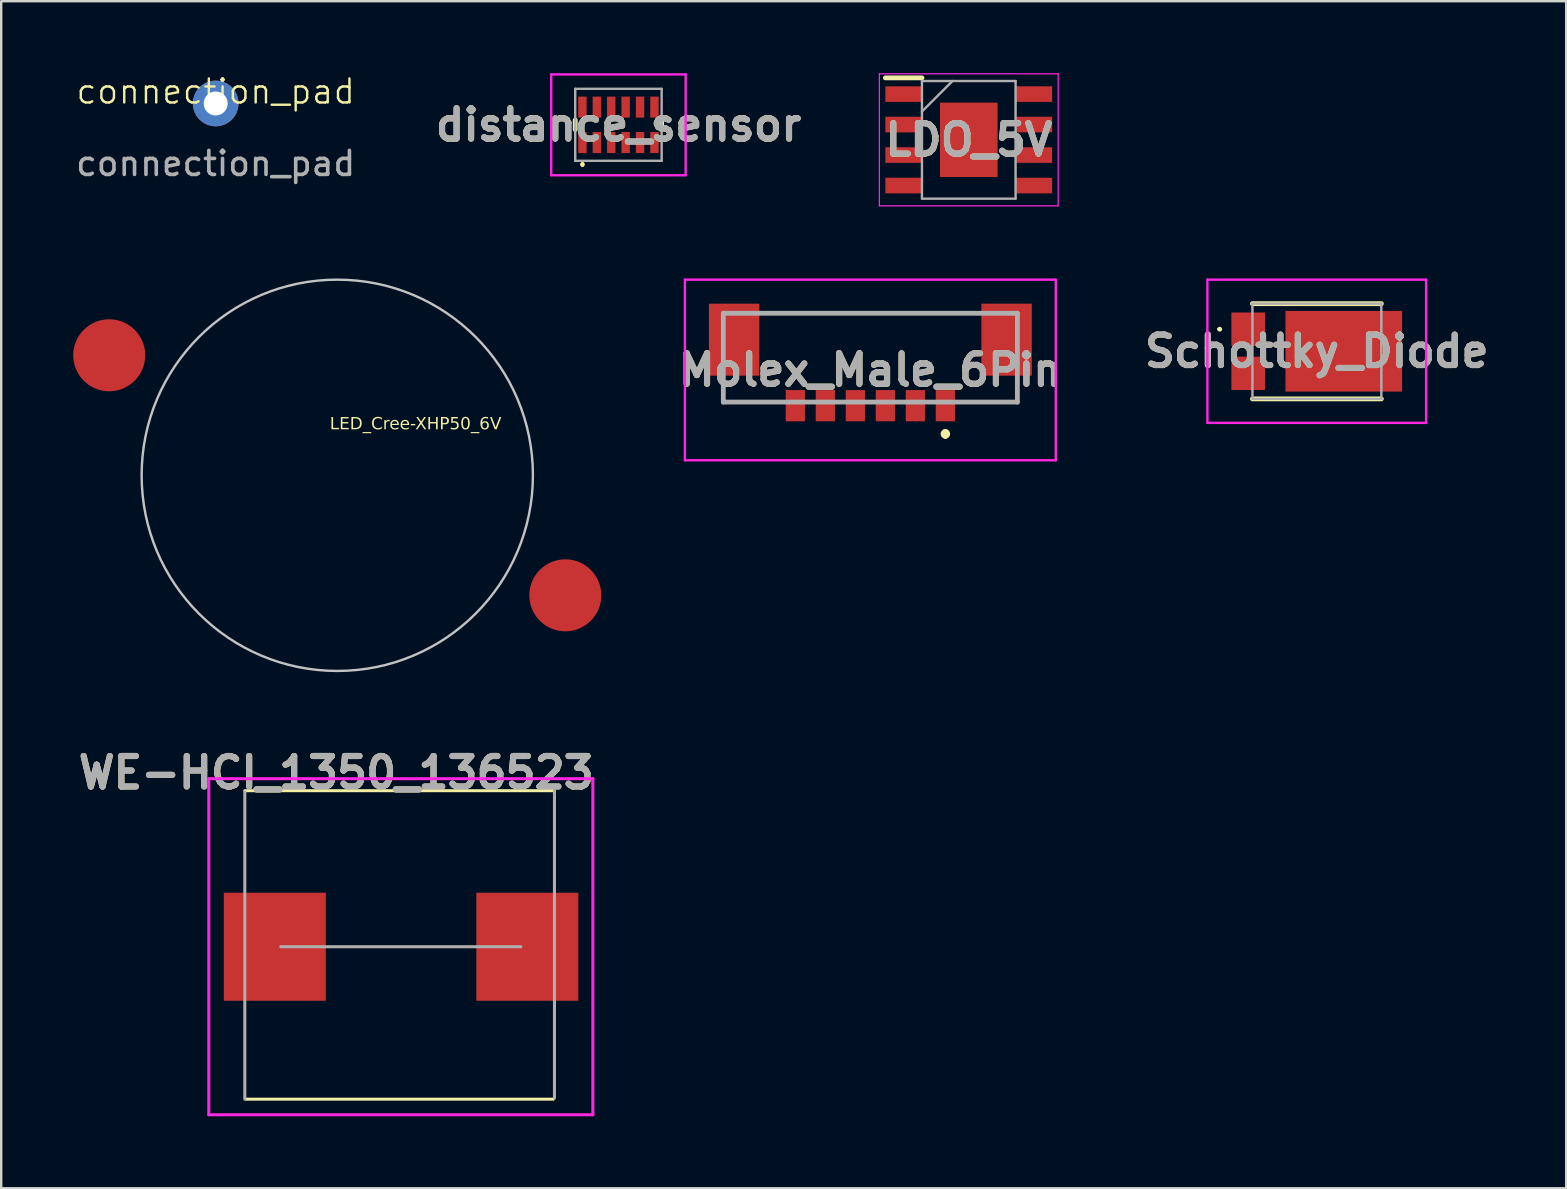
<source format=kicad_pcb>
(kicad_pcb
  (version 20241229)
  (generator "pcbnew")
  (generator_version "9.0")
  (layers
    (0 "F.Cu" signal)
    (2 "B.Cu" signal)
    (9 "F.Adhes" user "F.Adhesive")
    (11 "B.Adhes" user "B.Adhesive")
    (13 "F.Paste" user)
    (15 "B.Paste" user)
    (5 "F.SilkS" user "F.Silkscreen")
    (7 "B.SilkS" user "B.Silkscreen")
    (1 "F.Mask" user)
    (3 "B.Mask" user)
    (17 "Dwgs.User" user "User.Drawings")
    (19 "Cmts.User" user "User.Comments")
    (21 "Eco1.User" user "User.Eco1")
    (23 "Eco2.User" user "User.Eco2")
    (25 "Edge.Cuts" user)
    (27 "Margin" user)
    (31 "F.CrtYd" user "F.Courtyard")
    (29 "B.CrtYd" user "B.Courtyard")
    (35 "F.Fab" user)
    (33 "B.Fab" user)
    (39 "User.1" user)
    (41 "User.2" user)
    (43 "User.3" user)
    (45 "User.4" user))
  (footprint "LED_Cree-XHP50_6V"
    (layer "F.Cu")
    (at 11 16.75)
    (property "Reference" "LED_Cree-XHP50_6V" (at 3.263 -2.125 180) (layer "F.SilkS") (effects (font (face "Yu Gothic") (size 0.5 0.5) (thickness 0.1))))
    (attr smd)
    (fp_circle (center 0 0) (end 8.15 0) (stroke (width 0.1) (type solid)) (fill no) (layer "Dwgs.User"))
    (pad "1" smd circle (at 9.5 5 90) (size 3 3) (layers "F.Cu" "F.Mask" "F.Paste"))
    (pad "2" smd circle (at -9.5 -5 90) (size 3 3) (layers "F.Cu" "F.Mask" "F.Paste")))
  (footprint "connection_pad"
    (layer "F.Cu")
    (at 5.935 1.26)
    (property "Reference" "connection_pad" (at 0 -0.5 0) (unlocked yes) (layer "F.SilkS") (effects (font (size 1 1) (thickness 0.1))))
    (attr smd)
    (fp_text user "${REFERENCE}" (at 0 2.5 0) (unlocked yes) (layer "F.Fab") (effects (font (size 1 1) (thickness 0.15))))
    (pad "1" thru_hole circle (at 0 0) (size 1.905 1.905) (drill 1) (layers "*.Cu" "*.Mask")))
  (footprint "Molex_Male_6Pin"
    (layer "F.Cu")
    (at 33.207 11.925)
    (property "Reference" "Molex_Male_6Pin" (at 0 0.438 0) (layer "F.SilkS") (effects (font (size 1.27 1.27) (thickness 0.254))))
    (attr smd)
    (fp_line (start -4.2 -1.925) (end 3.9 -1.925) (stroke (width 0.1) (type solid)) (layer "F.SilkS"))
    (fp_line (start 3.125 3) (end 3.125 3) (stroke (width 0.2) (type solid)) (layer "F.SilkS"))
    (fp_line (start 3.125 3.2) (end 3.125 3.2) (stroke (width 0.2) (type solid)) (layer "F.SilkS"))
    (fp_line (start 3.9 -1.925) (end 4.2 -1.925) (stroke (width 0.1) (type solid)) (layer "F.SilkS"))
    (fp_arc (start 3.125 3) (mid 3.225 3.1) (end 3.125 3.2) (stroke (width 0.2) (type solid)) (layer "F.SilkS"))
    (fp_arc (start 3.125 3.2) (mid 3.025 3.1) (end 3.125 3) (stroke (width 0.2) (type solid)) (layer "F.SilkS"))
    (fp_line (start -7.725 -3.325) (end 7.725 -3.325) (stroke (width 0.1) (type solid)) (layer "F.CrtYd"))
    (fp_line (start -7.725 4.2) (end -7.725 -3.325) (stroke (width 0.1) (type solid)) (layer "F.CrtYd"))
    (fp_line (start 7.725 -3.325) (end 7.725 4.2) (stroke (width 0.1) (type solid)) (layer "F.CrtYd"))
    (fp_line (start 7.725 4.2) (end -7.725 4.2) (stroke (width 0.1) (type solid)) (layer "F.CrtYd"))
    (fp_line (start -6.125 -1.925) (end 6.125 -1.925) (stroke (width 0.2) (type solid)) (layer "F.Fab"))
    (fp_line (start -6.125 1.775) (end -6.125 -1.925) (stroke (width 0.2) (type solid)) (layer "F.Fab"))
    (fp_line (start 6.125 -1.925) (end 6.125 1.775) (stroke (width 0.2) (type solid)) (layer "F.Fab"))
    (fp_line (start 6.125 1.775) (end -6.125 1.775) (stroke (width 0.2) (type solid)) (layer "F.Fab"))
    (fp_text user "${REFERENCE}" (at 0 0.438 0) (layer "F.Fab") (effects (font (size 1.27 1.27) (thickness 0.254))))
    (pad "1" smd rect (at 3.125 1.925) (size 0.8 1.3) (layers "F.Cu" "F.Mask" "F.Paste"))
    (pad "2" smd rect (at 1.875 1.925) (size 0.8 1.3) (layers "F.Cu" "F.Mask" "F.Paste"))
    (pad "3" smd rect (at 0.625 1.925) (size 0.8 1.3) (layers "F.Cu" "F.Mask" "F.Paste"))
    (pad "4" smd rect (at -0.625 1.925) (size 0.8 1.3) (layers "F.Cu" "F.Mask" "F.Paste"))
    (pad "5" smd rect (at -1.875 1.925) (size 0.8 1.3) (layers "F.Cu" "F.Mask" "F.Paste"))
    (pad "6" smd rect (at -3.125 1.925) (size 0.8 1.3) (layers "F.Cu" "F.Mask" "F.Paste"))
    (pad "MP1" smd rect (at -5.675 -0.825) (size 2.1 3) (layers "F.Cu" "F.Mask" "F.Paste"))
    (pad "MP2" smd rect (at 5.675 -0.825) (size 2.1 3) (layers "F.Cu" "F.Mask" "F.Paste")))
  (footprint "distance_sensor"
    (layer "F.Cu")
    (at 22.713 2.15)
    (property "Reference" "distance_sensor" (at 0 0 0) (layer "F.SilkS") (effects (font (size 1.27 1.27) (thickness 0.254))))
    (attr smd)
    (fp_line (start -1.8 0.2) (end -1.8 -0.2) (stroke (width 0.2) (type solid)) (layer "F.SilkS"))
    (fp_line (start -1.5 1.6) (end -1.5 1.6) (stroke (width 0.1) (type solid)) (layer "F.SilkS"))
    (fp_line (start -1.5 1.7) (end -1.5 1.7) (stroke (width 0.1) (type solid)) (layer "F.SilkS"))
    (fp_line (start 1.8 -0.2) (end 1.8 0.2) (stroke (width 0.2) (type solid)) (layer "F.SilkS"))
    (fp_arc (start -1.5 1.6) (mid -1.45 1.65) (end -1.5 1.7) (stroke (width 0.1) (type solid)) (layer "F.SilkS"))
    (fp_arc (start -1.5 1.7) (mid -1.55 1.65) (end -1.5 1.6) (stroke (width 0.1) (type solid)) (layer "F.SilkS"))
    (fp_line (start -2.8 -2.1) (end 2.8 -2.1) (stroke (width 0.1) (type solid)) (layer "F.CrtYd"))
    (fp_line (start -2.8 2.1) (end -2.8 -2.1) (stroke (width 0.1) (type solid)) (layer "F.CrtYd"))
    (fp_line (start 2.8 -2.1) (end 2.8 2.1) (stroke (width 0.1) (type solid)) (layer "F.CrtYd"))
    (fp_line (start 2.8 2.1) (end -2.8 2.1) (stroke (width 0.1) (type solid)) (layer "F.CrtYd"))
    (fp_line (start -1.8 -1.5) (end 1.8 -1.5) (stroke (width 0.1) (type solid)) (layer "F.Fab"))
    (fp_line (start -1.8 1.5) (end -1.8 -1.5) (stroke (width 0.1) (type solid)) (layer "F.Fab"))
    (fp_line (start 1.8 -1.5) (end 1.8 1.5) (stroke (width 0.1) (type solid)) (layer "F.Fab"))
    (fp_line (start 1.8 1.5) (end -1.8 1.5) (stroke (width 0.1) (type solid)) (layer "F.Fab"))
    (fp_text user "${REFERENCE}" (at 0 0 0) (layer "F.Fab") (effects (font (size 1.27 1.27) (thickness 0.254))))
    (pad "1" smd rect (at -1.5 0.738) (size 0.35 0.875) (layers "F.Cu" "F.Mask" "F.Paste"))
    (pad "2" smd rect (at -0.9 0.738) (size 0.35 0.875) (layers "F.Cu" "F.Mask" "F.Paste"))
    (pad "3" smd rect (at -0.3 0.738) (size 0.35 0.875) (layers "F.Cu" "F.Mask" "F.Paste"))
    (pad "4" smd rect (at 0.3 0.738) (size 0.35 0.875) (layers "F.Cu" "F.Mask" "F.Paste"))
    (pad "5" smd rect (at 0.9 0.738) (size 0.35 0.875) (layers "F.Cu" "F.Mask" "F.Paste"))
    (pad "6" smd rect (at 1.5 0.738) (size 0.35 0.875) (layers "F.Cu" "F.Mask" "F.Paste"))
    (pad "7" smd rect (at 1.5 -0.738) (size 0.35 0.875) (layers "F.Cu" "F.Mask" "F.Paste"))
    (pad "8" smd rect (at 0.9 -0.738) (size 0.35 0.875) (layers "F.Cu" "F.Mask" "F.Paste"))
    (pad "9" smd rect (at 0.3 -0.738) (size 0.35 0.875) (layers "F.Cu" "F.Mask" "F.Paste"))
    (pad "10" smd rect (at -0.3 -0.738) (size 0.35 0.875) (layers "F.Cu" "F.Mask" "F.Paste"))
    (pad "11" smd rect (at -0.9 -0.738) (size 0.35 0.875) (layers "F.Cu" "F.Mask" "F.Paste"))
    (pad "12" smd rect (at -1.5 -0.738) (size 0.35 0.875) (layers "F.Cu" "F.Mask" "F.Paste")))
  (footprint "WE-HCI_1350_136523"
    (layer "F.Cu")
    (at 13.648 36.389)
    (property "Reference" "WE-HCI_1350_136523" (at -2.69 -7.25 0) (layer "F.SilkS") (effects (font (size 1.27 1.27) (thickness 0.254))))
    (attr smd)
    (fp_line (start -6.5 -6.5) (end 6.3 -6.5) (stroke (width 0.127) (type solid)) (layer "F.SilkS"))
    (fp_line (start -6.45 6.35) (end 6.35 6.35) (stroke (width 0.127) (type solid)) (layer "F.SilkS"))
    (fp_line (start -8 -7) (end -8 7) (stroke (width 0.127) (type solid)) (layer "F.CrtYd"))
    (fp_line (start -8 7) (end 8 7) (stroke (width 0.127) (type solid)) (layer "F.CrtYd"))
    (fp_line (start 8 -7) (end -8 -7) (stroke (width 0.127) (type solid)) (layer "F.CrtYd"))
    (fp_line (start 8 7) (end 8 -7) (stroke (width 0.127) (type solid)) (layer "F.CrtYd"))
    (fp_line (start -6.5 6.35) (end -6.5 -6.45) (stroke (width 0.127) (type solid)) (layer "F.Fab"))
    (fp_line (start -5 0) (end 5 0) (stroke (width 0.127) (type solid)) (layer "F.Fab"))
    (fp_line (start 6.4 6.3) (end 6.4 -6.5) (stroke (width 0.127) (type solid)) (layer "F.Fab"))
    (fp_text user "${REFERENCE}" (at -2.69 -7.25 0) (layer "F.Fab") (effects (font (size 1.27 1.27) (thickness 0.254))))
    (pad "1" smd rect (at -5.25 0) (size 4.25 4.5) (layers "F.Cu" "F.Mask" "F.Paste"))
    (pad "2" smd rect (at 5.27 0) (size 4.25 4.5) (layers "F.Cu" "F.Mask" "F.Paste")))
  (footprint "LDO_5V"
    (layer "F.Cu")
    (at 37.307 2.775)
    (property "Reference" "LDO_5V" (at 0 0 0) (layer "F.SilkS") (effects (font (size 1.27 1.27) (thickness 0.254))))
    (attr smd)
    (fp_line (start -3.475 -2.58) (end -1.95 -2.58) (stroke (width 0.2) (type solid)) (layer "F.SilkS"))
    (fp_line (start -3.725 -2.75) (end 3.725 -2.75) (stroke (width 0.05) (type solid)) (layer "F.CrtYd"))
    (fp_line (start -3.725 2.75) (end -3.725 -2.75) (stroke (width 0.05) (type solid)) (layer "F.CrtYd"))
    (fp_line (start 3.725 -2.75) (end 3.725 2.75) (stroke (width 0.05) (type solid)) (layer "F.CrtYd"))
    (fp_line (start 3.725 2.75) (end -3.725 2.75) (stroke (width 0.05) (type solid)) (layer "F.CrtYd"))
    (fp_line (start -1.95 -2.45) (end 1.95 -2.45) (stroke (width 0.1) (type solid)) (layer "F.Fab"))
    (fp_line (start -1.95 -1.18) (end -0.68 -2.45) (stroke (width 0.1) (type solid)) (layer "F.Fab"))
    (fp_line (start -1.95 2.45) (end -1.95 -2.45) (stroke (width 0.1) (type solid)) (layer "F.Fab"))
    (fp_line (start 1.95 -2.45) (end 1.95 2.45) (stroke (width 0.1) (type solid)) (layer "F.Fab"))
    (fp_line (start 1.95 2.45) (end -1.95 2.45) (stroke (width 0.1) (type solid)) (layer "F.Fab"))
    (fp_text user "${REFERENCE}" (at 0 0 0) (layer "F.Fab") (effects (font (size 1.27 1.27) (thickness 0.254))))
    (pad "1" smd rect (at -2.712 -1.905 90) (size 0.65 1.525) (layers "F.Cu" "F.Mask" "F.Paste"))
    (pad "2" smd rect (at -2.712 -0.635 90) (size 0.65 1.525) (layers "F.Cu" "F.Mask" "F.Paste"))
    (pad "3" smd rect (at -2.712 0.635 90) (size 0.65 1.525) (layers "F.Cu" "F.Mask" "F.Paste"))
    (pad "4" smd rect (at -2.712 1.905 90) (size 0.65 1.525) (layers "F.Cu" "F.Mask" "F.Paste"))
    (pad "5" smd rect (at 2.712 1.905 90) (size 0.65 1.525) (layers "F.Cu" "F.Mask" "F.Paste"))
    (pad "6" smd rect (at 2.712 0.635 90) (size 0.65 1.525) (layers "F.Cu" "F.Mask" "F.Paste"))
    (pad "7" smd rect (at 2.712 -0.635 90) (size 0.65 1.525) (layers "F.Cu" "F.Mask" "F.Paste"))
    (pad "8" smd rect (at 2.712 -1.905 90) (size 0.65 1.525) (layers "F.Cu" "F.Mask" "F.Paste"))
    (pad "9" smd rect (at 0 0) (size 2.4 3.1) (layers "F.Cu" "F.Mask" "F.Paste")))
  (footprint "Schottky_Diode"
    (layer "F.Cu")
    (at 51.809 11.583)
    (property "Reference" "Schottky_Diode" (at -0.006 0 0) (layer "F.SilkS") (effects (font (size 1.27 1.27) (thickness 0.254))))
    (attr smd)
    (fp_line (start -4.1 -0.92) (end -4.1 -0.92) (stroke (width 0.1) (type solid)) (layer "F.SilkS"))
    (fp_line (start -4 -0.92) (end -4 -0.92) (stroke (width 0.1) (type solid)) (layer "F.SilkS"))
    (fp_line (start -2.685 -1.983) (end 2.685 -1.983) (stroke (width 0.2) (type solid)) (layer "F.SilkS"))
    (fp_line (start -2.685 1.983) (end 2.685 1.983) (stroke (width 0.2) (type solid)) (layer "F.SilkS"))
    (fp_arc (start -4.1 -0.92) (mid -4.05 -0.97) (end -4 -0.92) (stroke (width 0.1) (type solid)) (layer "F.SilkS"))
    (fp_arc (start -4 -0.92) (mid -4.05 -0.87) (end -4.1 -0.92) (stroke (width 0.1) (type solid)) (layer "F.SilkS"))
    (fp_line (start -4.562 -2.983) (end 4.55 -2.983) (stroke (width 0.1) (type solid)) (layer "F.CrtYd"))
    (fp_line (start -4.562 2.983) (end -4.562 -2.983) (stroke (width 0.1) (type solid)) (layer "F.CrtYd"))
    (fp_line (start 4.55 -2.983) (end 4.55 2.983) (stroke (width 0.1) (type solid)) (layer "F.CrtYd"))
    (fp_line (start 4.55 2.983) (end -4.562 2.983) (stroke (width 0.1) (type solid)) (layer "F.CrtYd"))
    (fp_line (start -2.685 -1.983) (end 2.685 -1.983) (stroke (width 0.1) (type solid)) (layer "F.Fab"))
    (fp_line (start -2.685 1.983) (end -2.685 -1.983) (stroke (width 0.1) (type solid)) (layer "F.Fab"))
    (fp_line (start 2.685 -1.983) (end 2.685 1.983) (stroke (width 0.1) (type solid)) (layer "F.Fab"))
    (fp_line (start 2.685 1.983) (end -2.685 1.983) (stroke (width 0.1) (type solid)) (layer "F.Fab"))
    (fp_text user "${REFERENCE}" (at -0.006 0 0) (layer "F.Fab") (effects (font (size 1.27 1.27) (thickness 0.254))))
    (pad "1" smd rect (at -2.862 -0.92 90) (size 1.39 1.4) (layers "F.Cu" "F.Mask" "F.Paste"))
    (pad "2" smd rect (at -2.862 0.92 90) (size 1.39 1.4) (layers "F.Cu" "F.Mask" "F.Paste"))
    (pad "3" smd rect (at 1.12 0 90) (size 3.36 4.86) (layers "F.Cu" "F.Mask" "F.Paste")))
  (gr_rect
    (start -3 -3)
    (end 62.194 46.452)
    (stroke (width 0.1) (type default))
    (fill no)
    (layer "Edge.Cuts")))
</source>
